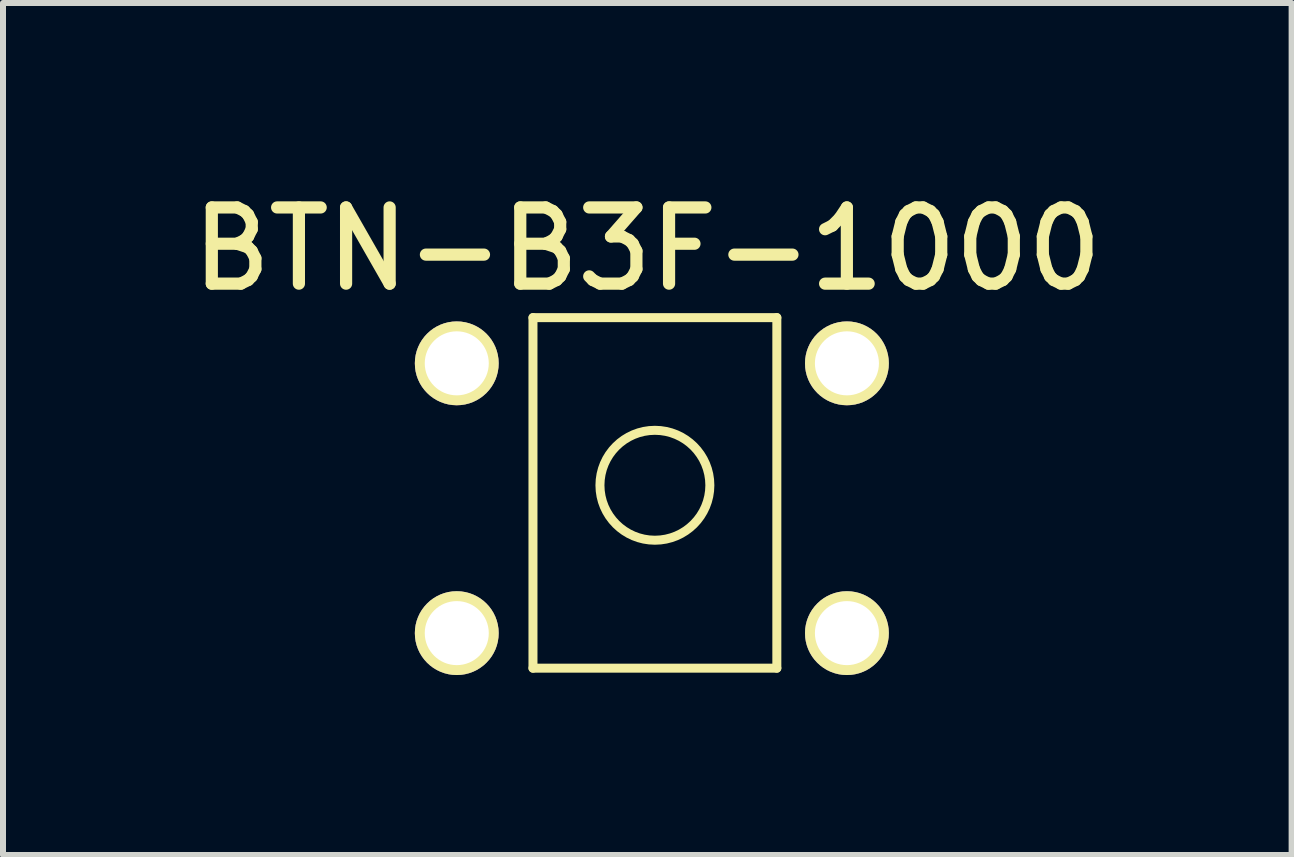
<source format=kicad_pcb>
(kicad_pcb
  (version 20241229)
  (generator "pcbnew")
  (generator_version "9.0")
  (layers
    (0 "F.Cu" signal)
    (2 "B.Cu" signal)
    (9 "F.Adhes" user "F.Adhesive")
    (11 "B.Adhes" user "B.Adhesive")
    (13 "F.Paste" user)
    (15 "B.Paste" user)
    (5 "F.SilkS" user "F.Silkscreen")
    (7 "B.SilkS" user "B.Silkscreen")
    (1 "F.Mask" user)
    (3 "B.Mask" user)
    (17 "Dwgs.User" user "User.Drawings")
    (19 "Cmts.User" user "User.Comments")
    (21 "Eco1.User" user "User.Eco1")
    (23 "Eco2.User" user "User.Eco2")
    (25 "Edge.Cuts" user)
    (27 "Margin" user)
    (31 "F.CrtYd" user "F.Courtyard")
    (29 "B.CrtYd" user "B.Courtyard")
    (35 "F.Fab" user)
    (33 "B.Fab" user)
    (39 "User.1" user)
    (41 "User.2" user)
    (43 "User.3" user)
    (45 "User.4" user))
  (footprint "BTN-B3F-1000"
    (layer "F.Cu")
    (at 4.562 3.005)
    (property "Reference" "BTN-B3F-1000" (at 3.175 -1.905 0) (layer "F.SilkS") (effects (font (size 1.27 1.27) (thickness 0.203))))
    (fp_line (start 1.27 -0.762) (end 5.334 -0.762) (stroke (width 0.15) (type solid)) (layer "F.SilkS"))
    (fp_line (start 1.27 5.08) (end 1.27 -0.762) (stroke (width 0.15) (type solid)) (layer "F.SilkS"))
    (fp_line (start 5.334 -0.762) (end 5.334 5.08) (stroke (width 0.15) (type solid)) (layer "F.SilkS"))
    (fp_line (start 5.334 5.08) (end 1.27 5.08) (stroke (width 0.15) (type solid)) (layer "F.SilkS"))
    (fp_circle (center 3.302 2.032) (end 3.81 2.794) (stroke (width 0.15) (type solid)) (fill no) (layer "F.SilkS"))
    (pad "1" thru_hole circle (at 0 0) (size 1.397 1.397) (drill 1.067) (layers "*.Cu" "*.Mask" "F.SilkS"))
    (pad "2" thru_hole circle (at 0 4.496) (size 1.397 1.397) (drill 1.067) (layers "*.Cu" "*.Mask" "F.SilkS"))
    (pad "3" thru_hole circle (at 6.502 4.496) (size 1.397 1.397) (drill 1.067) (layers "*.Cu" "*.Mask" "F.SilkS"))
    (pad "4" thru_hole circle (at 6.502 0) (size 1.397 1.397) (drill 1.067) (layers "*.Cu" "*.Mask" "F.SilkS")))
  (gr_rect
    (start -3 -3)
    (end 18.475 11.199)
    (stroke (width 0.1) (type default))
    (fill no)
    (layer "Edge.Cuts")))
</source>
